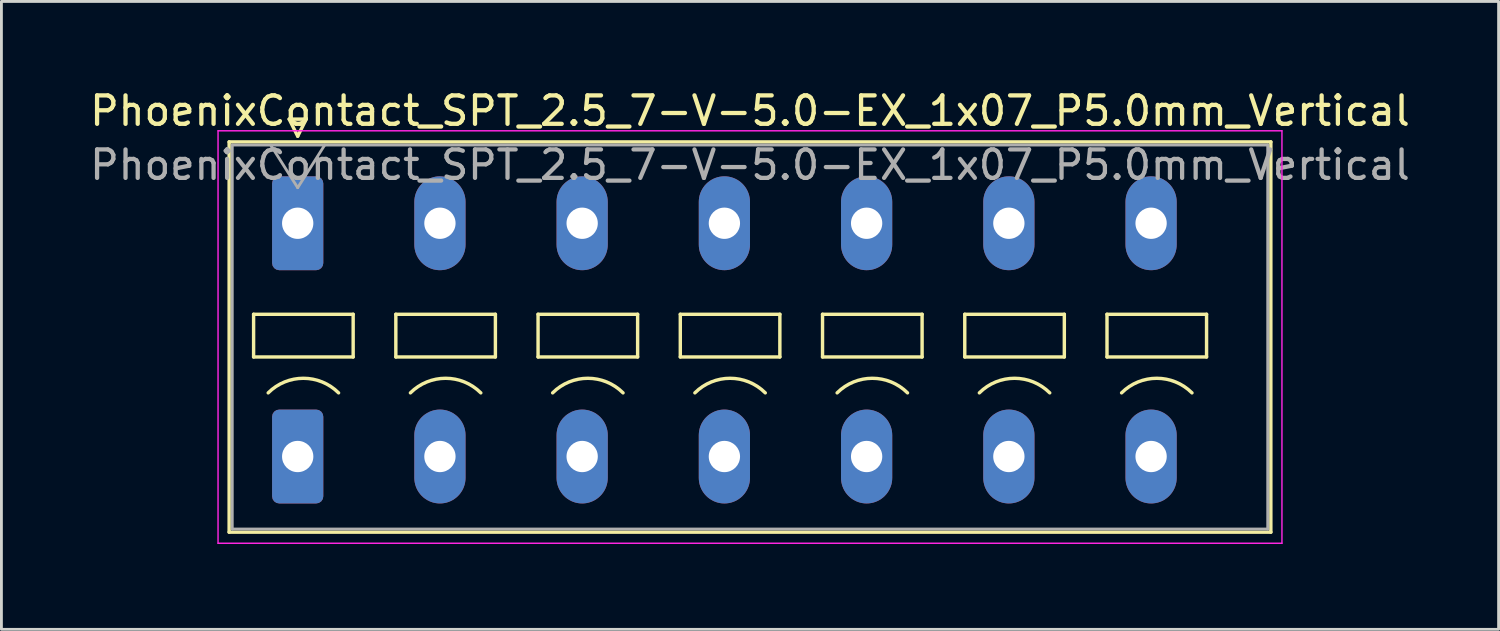
<source format=kicad_pcb>
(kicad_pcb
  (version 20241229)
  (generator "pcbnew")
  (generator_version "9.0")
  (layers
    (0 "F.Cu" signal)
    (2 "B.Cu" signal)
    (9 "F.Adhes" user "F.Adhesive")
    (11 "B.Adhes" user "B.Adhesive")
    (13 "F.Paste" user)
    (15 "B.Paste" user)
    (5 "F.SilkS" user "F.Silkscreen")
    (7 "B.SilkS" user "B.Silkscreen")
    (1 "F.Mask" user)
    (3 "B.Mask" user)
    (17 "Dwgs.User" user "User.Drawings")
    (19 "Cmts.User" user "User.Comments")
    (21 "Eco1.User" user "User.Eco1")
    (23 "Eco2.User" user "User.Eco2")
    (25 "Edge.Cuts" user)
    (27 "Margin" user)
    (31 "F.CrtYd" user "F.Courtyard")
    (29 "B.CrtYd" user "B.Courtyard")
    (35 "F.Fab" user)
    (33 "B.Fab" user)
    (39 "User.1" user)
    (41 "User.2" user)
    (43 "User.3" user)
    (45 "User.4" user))
  (footprint "PhoenixContact_SPT_2.5_7-V-5.0-EX_1x07_P5.0mm_Vertical"
    (layer "F.Cu")
    (at 7.415 4.798)
    (property "Reference" "PhoenixContact_SPT_2.5_7-V-5.0-EX_1x07_P5.0mm_Vertical" (at 15.9 -3.95 0) (layer "F.SilkS") (effects (font (size 1 1) (thickness 0.15))))
    (attr through_hole)
    (fp_line (start -2.41 -2.86) (end 34.21 -2.86) (stroke (width 0.12) (type solid)) (layer "F.SilkS"))
    (fp_line (start -2.41 10.86) (end -2.41 -2.86) (stroke (width 0.12) (type solid)) (layer "F.SilkS"))
    (fp_line (start -1.55 3.2) (end -1.55 4.7) (stroke (width 0.12) (type solid)) (layer "F.SilkS"))
    (fp_line (start -1.55 4.7) (end 1.95 4.7) (stroke (width 0.12) (type solid)) (layer "F.SilkS"))
    (fp_line (start -0.3 -3.66) (end 0 -3.06) (stroke (width 0.12) (type solid)) (layer "F.SilkS"))
    (fp_line (start -0.3 -3.66) (end 0.3 -3.66) (stroke (width 0.12) (type solid)) (layer "F.SilkS"))
    (fp_line (start 0.3 -3.66) (end 0 -3.06) (stroke (width 0.12) (type solid)) (layer "F.SilkS"))
    (fp_line (start 1.95 3.2) (end -1.55 3.2) (stroke (width 0.12) (type solid)) (layer "F.SilkS"))
    (fp_line (start 1.95 4.7) (end 1.95 3.2) (stroke (width 0.12) (type solid)) (layer "F.SilkS"))
    (fp_line (start 3.45 3.2) (end 3.45 4.7) (stroke (width 0.12) (type solid)) (layer "F.SilkS"))
    (fp_line (start 3.45 4.7) (end 6.95 4.7) (stroke (width 0.12) (type solid)) (layer "F.SilkS"))
    (fp_line (start 6.95 3.2) (end 3.45 3.2) (stroke (width 0.12) (type solid)) (layer "F.SilkS"))
    (fp_line (start 6.95 4.7) (end 6.95 3.2) (stroke (width 0.12) (type solid)) (layer "F.SilkS"))
    (fp_line (start 8.45 3.2) (end 8.45 4.7) (stroke (width 0.12) (type solid)) (layer "F.SilkS"))
    (fp_line (start 8.45 4.7) (end 11.95 4.7) (stroke (width 0.12) (type solid)) (layer "F.SilkS"))
    (fp_line (start 11.95 3.2) (end 8.45 3.2) (stroke (width 0.12) (type solid)) (layer "F.SilkS"))
    (fp_line (start 11.95 4.7) (end 11.95 3.2) (stroke (width 0.12) (type solid)) (layer "F.SilkS"))
    (fp_line (start 13.45 3.2) (end 13.45 4.7) (stroke (width 0.12) (type solid)) (layer "F.SilkS"))
    (fp_line (start 13.45 4.7) (end 16.95 4.7) (stroke (width 0.12) (type solid)) (layer "F.SilkS"))
    (fp_line (start 16.95 3.2) (end 13.45 3.2) (stroke (width 0.12) (type solid)) (layer "F.SilkS"))
    (fp_line (start 16.95 4.7) (end 16.95 3.2) (stroke (width 0.12) (type solid)) (layer "F.SilkS"))
    (fp_line (start 18.45 3.2) (end 18.45 4.7) (stroke (width 0.12) (type solid)) (layer "F.SilkS"))
    (fp_line (start 18.45 4.7) (end 21.95 4.7) (stroke (width 0.12) (type solid)) (layer "F.SilkS"))
    (fp_line (start 21.95 3.2) (end 18.45 3.2) (stroke (width 0.12) (type solid)) (layer "F.SilkS"))
    (fp_line (start 21.95 4.7) (end 21.95 3.2) (stroke (width 0.12) (type solid)) (layer "F.SilkS"))
    (fp_line (start 23.45 3.2) (end 23.45 4.7) (stroke (width 0.12) (type solid)) (layer "F.SilkS"))
    (fp_line (start 23.45 4.7) (end 26.95 4.7) (stroke (width 0.12) (type solid)) (layer "F.SilkS"))
    (fp_line (start 26.95 3.2) (end 23.45 3.2) (stroke (width 0.12) (type solid)) (layer "F.SilkS"))
    (fp_line (start 26.95 4.7) (end 26.95 3.2) (stroke (width 0.12) (type solid)) (layer "F.SilkS"))
    (fp_line (start 28.45 3.2) (end 28.45 4.7) (stroke (width 0.12) (type solid)) (layer "F.SilkS"))
    (fp_line (start 28.45 4.7) (end 31.95 4.7) (stroke (width 0.12) (type solid)) (layer "F.SilkS"))
    (fp_line (start 31.95 3.2) (end 28.45 3.2) (stroke (width 0.12) (type solid)) (layer "F.SilkS"))
    (fp_line (start 31.95 4.7) (end 31.95 3.2) (stroke (width 0.12) (type solid)) (layer "F.SilkS"))
    (fp_line (start 34.21 -2.86) (end 34.21 10.86) (stroke (width 0.12) (type solid)) (layer "F.SilkS"))
    (fp_line (start 34.21 10.86) (end -2.41 10.86) (stroke (width 0.12) (type solid)) (layer "F.SilkS"))
    (fp_arc (start -1.037437 5.962563) (mid 0.2 5.45) (end 1.437437 5.962563) (stroke (width 0.12) (type solid)) (layer "F.SilkS"))
    (fp_arc (start 3.962563 5.962563) (mid 5.2 5.45) (end 6.437437 5.962563) (stroke (width 0.12) (type solid)) (layer "F.SilkS"))
    (fp_arc (start 8.962563 5.962563) (mid 10.2 5.45) (end 11.437437 5.962563) (stroke (width 0.12) (type solid)) (layer "F.SilkS"))
    (fp_arc (start 13.962563 5.962563) (mid 15.2 5.45) (end 16.437437 5.962563) (stroke (width 0.12) (type solid)) (layer "F.SilkS"))
    (fp_arc (start 18.962563 5.962563) (mid 20.2 5.45) (end 21.437437 5.962563) (stroke (width 0.12) (type solid)) (layer "F.SilkS"))
    (fp_arc (start 23.962563 5.962563) (mid 25.2 5.45) (end 26.437437 5.962563) (stroke (width 0.12) (type solid)) (layer "F.SilkS"))
    (fp_arc (start 28.962563 5.962563) (mid 30.2 5.45) (end 31.437437 5.962563) (stroke (width 0.12) (type solid)) (layer "F.SilkS"))
    (fp_line (start -2.8 -3.25) (end -2.8 11.25) (stroke (width 0.05) (type solid)) (layer "F.CrtYd"))
    (fp_line (start -2.8 11.25) (end 34.6 11.25) (stroke (width 0.05) (type solid)) (layer "F.CrtYd"))
    (fp_line (start 34.6 -3.25) (end -2.8 -3.25) (stroke (width 0.05) (type solid)) (layer "F.CrtYd"))
    (fp_line (start 34.6 11.25) (end 34.6 -3.25) (stroke (width 0.05) (type solid)) (layer "F.CrtYd"))
    (fp_line (start -2.3 -2.75) (end -2.3 10.75) (stroke (width 0.1) (type solid)) (layer "F.Fab"))
    (fp_line (start -2.3 10.75) (end 34.1 10.75) (stroke (width 0.1) (type solid)) (layer "F.Fab"))
    (fp_line (start -0.95 -2.75) (end 0 -1.25) (stroke (width 0.1) (type solid)) (layer "F.Fab"))
    (fp_line (start 0.95 -2.75) (end 0 -1.25) (stroke (width 0.1) (type solid)) (layer "F.Fab"))
    (fp_line (start 34.1 -2.75) (end -2.3 -2.75) (stroke (width 0.1) (type solid)) (layer "F.Fab"))
    (fp_line (start 34.1 10.75) (end 34.1 -2.75) (stroke (width 0.1) (type solid)) (layer "F.Fab"))
    (fp_text user "${REFERENCE}" (at 15.9 -2.05 0) (layer "F.Fab") (effects (font (size 1 1) (thickness 0.15))))
    (pad "1" thru_hole roundrect (at 0 0) (size 1.8 3.3) (drill 1.1) (layers "*.Cu" "*.Mask") (roundrect_rratio 0.139))
    (pad "1" thru_hole roundrect (at 0 8.2) (size 1.8 3.3) (drill 1.1) (layers "*.Cu" "*.Mask") (roundrect_rratio 0.139))
    (pad "2" thru_hole oval (at 5 0) (size 1.8 3.3) (drill 1.1) (layers "*.Cu" "*.Mask"))
    (pad "2" thru_hole oval (at 5 8.2) (size 1.8 3.3) (drill 1.1) (layers "*.Cu" "*.Mask"))
    (pad "3" thru_hole oval (at 10 0) (size 1.8 3.3) (drill 1.1) (layers "*.Cu" "*.Mask"))
    (pad "3" thru_hole oval (at 10 8.2) (size 1.8 3.3) (drill 1.1) (layers "*.Cu" "*.Mask"))
    (pad "4" thru_hole oval (at 15 0) (size 1.8 3.3) (drill 1.1) (layers "*.Cu" "*.Mask"))
    (pad "4" thru_hole oval (at 15 8.2) (size 1.8 3.3) (drill 1.1) (layers "*.Cu" "*.Mask"))
    (pad "5" thru_hole oval (at 20 0) (size 1.8 3.3) (drill 1.1) (layers "*.Cu" "*.Mask"))
    (pad "5" thru_hole oval (at 20 8.2) (size 1.8 3.3) (drill 1.1) (layers "*.Cu" "*.Mask"))
    (pad "6" thru_hole oval (at 25 0) (size 1.8 3.3) (drill 1.1) (layers "*.Cu" "*.Mask"))
    (pad "6" thru_hole oval (at 25 8.2) (size 1.8 3.3) (drill 1.1) (layers "*.Cu" "*.Mask"))
    (pad "7" thru_hole oval (at 30 0) (size 1.8 3.3) (drill 1.1) (layers "*.Cu" "*.Mask"))
    (pad "7" thru_hole oval (at 30 8.2) (size 1.8 3.3) (drill 1.1) (layers "*.Cu" "*.Mask")))
  (gr_rect
    (start -3 -3)
    (end 49.631 19.073)
    (stroke (width 0.1) (type default))
    (fill no)
    (layer "Edge.Cuts")))
</source>
